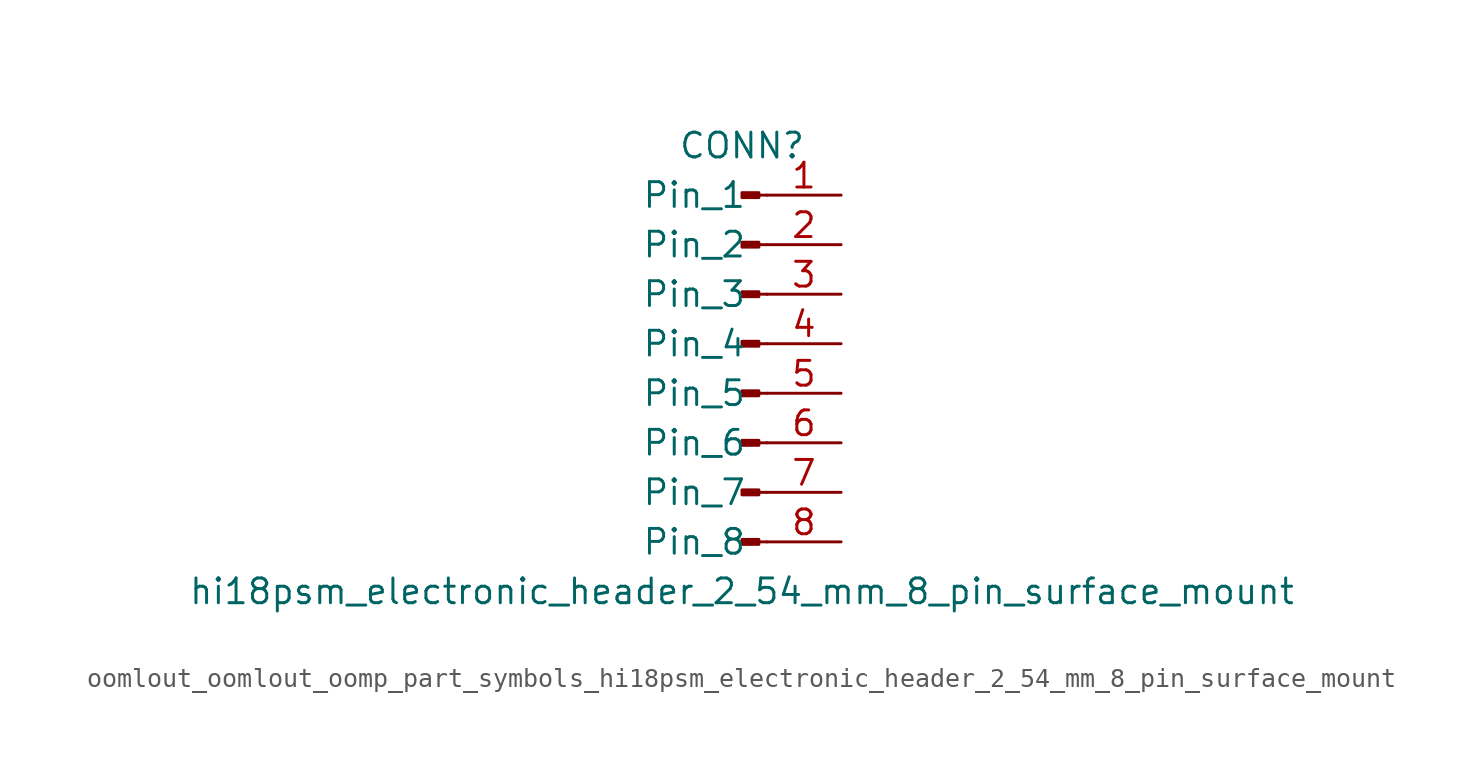
<source format=kicad_sym>
(kicad_symbol_lib
  (version 20220914)
  (generator kicad_symbol_editor)
  (symbol "oomlout_oomlout_oomp_part_symbols_hi18psm_electronic_header_2_54_mm_8_pin_surface_mount"
    (pin_names
      (offset 1.016))
    (property "Reference" "CONN"
      (at 0 10.16 0)
      (effects (font (size 1.27 1.27))))
    (property "Value" "hi18psm_electronic_header_2_54_mm_8_pin_surface_mount"
      (at 0 -12.7 0)
      (effects (font (size 1.27 1.27))))
    (property "ki_locked" ""
      (at 0 0 0)
      (effects (font (size 1.27 1.27))))
    (symbol "oomlout_oomlout_oomp_part_symbols_hi18psm_electronic_header_2_54_mm_8_pin_surface_mount_1_1"
      (polyline (pts (xy 1.27 -10.16) (xy 0.864 -10.16)) (stroke (width 0.152) (type default)) (fill (type none)))
      (polyline (pts (xy 1.27 -7.62) (xy 0.864 -7.62)) (stroke (width 0.152) (type default)) (fill (type none)))
      (polyline (pts (xy 1.27 -5.08) (xy 0.864 -5.08)) (stroke (width 0.152) (type default)) (fill (type none)))
      (polyline (pts (xy 1.27 -2.54) (xy 0.864 -2.54)) (stroke (width 0.152) (type default)) (fill (type none)))
      (polyline (pts (xy 1.27 0) (xy 0.864 0)) (stroke (width 0.152) (type default)) (fill (type none)))
      (polyline (pts (xy 1.27 2.54) (xy 0.864 2.54)) (stroke (width 0.152) (type default)) (fill (type none)))
      (polyline (pts (xy 1.27 5.08) (xy 0.864 5.08)) (stroke (width 0.152) (type default)) (fill (type none)))
      (polyline (pts (xy 1.27 7.62) (xy 0.864 7.62)) (stroke (width 0.152) (type default)) (fill (type none)))
      (rectangle (start 0.864 -10.033) (end 0 -10.287) (stroke (width 0.152) (type default)) (fill (type outline)))
      (rectangle (start 0.864 -7.493) (end 0 -7.747) (stroke (width 0.152) (type default)) (fill (type outline)))
      (rectangle (start 0.864 -4.953) (end 0 -5.207) (stroke (width 0.152) (type default)) (fill (type outline)))
      (rectangle (start 0.864 -2.413) (end 0 -2.667) (stroke (width 0.152) (type default)) (fill (type outline)))
      (rectangle (start 0.864 0.127) (end 0 -0.127) (stroke (width 0.152) (type default)) (fill (type outline)))
      (rectangle (start 0.864 2.667) (end 0 2.413) (stroke (width 0.152) (type default)) (fill (type outline)))
      (rectangle (start 0.864 5.207) (end 0 4.953) (stroke (width 0.152) (type default)) (fill (type outline)))
      (rectangle (start 0.864 7.747) (end 0 7.493) (stroke (width 0.152) (type default)) (fill (type outline)))
      (pin passive line (at 5.08 7.62 180) (length 3.81) (name "Pin_1" (effects (font (size 1.27 1.27)))) (number "1" (effects (font (size 1.27 1.27)))))
      (pin passive line (at 5.08 5.08 180) (length 3.81) (name "Pin_2" (effects (font (size 1.27 1.27)))) (number "2" (effects (font (size 1.27 1.27)))))
      (pin passive line (at 5.08 2.54 180) (length 3.81) (name "Pin_3" (effects (font (size 1.27 1.27)))) (number "3" (effects (font (size 1.27 1.27)))))
      (pin passive line (at 5.08 0 180) (length 3.81) (name "Pin_4" (effects (font (size 1.27 1.27)))) (number "4" (effects (font (size 1.27 1.27)))))
      (pin passive line (at 5.08 -2.54 180) (length 3.81) (name "Pin_5" (effects (font (size 1.27 1.27)))) (number "5" (effects (font (size 1.27 1.27)))))
      (pin passive line (at 5.08 -5.08 180) (length 3.81) (name "Pin_6" (effects (font (size 1.27 1.27)))) (number "6" (effects (font (size 1.27 1.27)))))
      (pin passive line (at 5.08 -7.62 180) (length 3.81) (name "Pin_7" (effects (font (size 1.27 1.27)))) (number "7" (effects (font (size 1.27 1.27)))))
      (pin passive line (at 5.08 -10.16 180) (length 3.81) (name "Pin_8" (effects (font (size 1.27 1.27)))) (number "8" (effects (font (size 1.27 1.27))))))))
</source>
